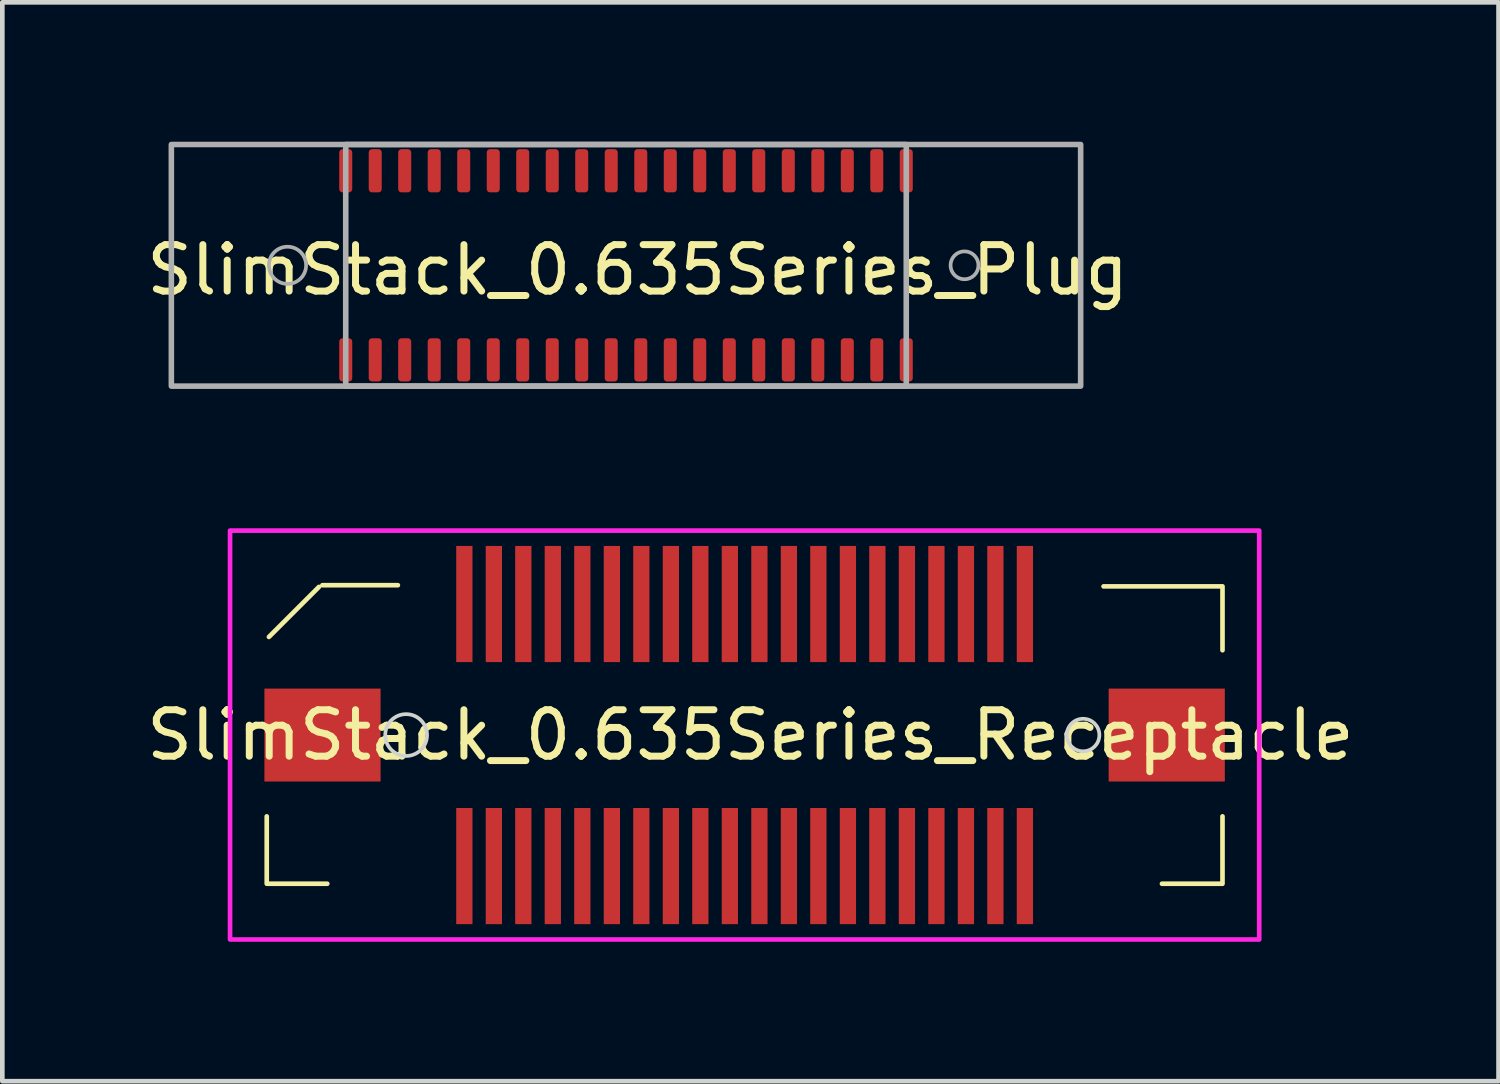
<source format=kicad_pcb>
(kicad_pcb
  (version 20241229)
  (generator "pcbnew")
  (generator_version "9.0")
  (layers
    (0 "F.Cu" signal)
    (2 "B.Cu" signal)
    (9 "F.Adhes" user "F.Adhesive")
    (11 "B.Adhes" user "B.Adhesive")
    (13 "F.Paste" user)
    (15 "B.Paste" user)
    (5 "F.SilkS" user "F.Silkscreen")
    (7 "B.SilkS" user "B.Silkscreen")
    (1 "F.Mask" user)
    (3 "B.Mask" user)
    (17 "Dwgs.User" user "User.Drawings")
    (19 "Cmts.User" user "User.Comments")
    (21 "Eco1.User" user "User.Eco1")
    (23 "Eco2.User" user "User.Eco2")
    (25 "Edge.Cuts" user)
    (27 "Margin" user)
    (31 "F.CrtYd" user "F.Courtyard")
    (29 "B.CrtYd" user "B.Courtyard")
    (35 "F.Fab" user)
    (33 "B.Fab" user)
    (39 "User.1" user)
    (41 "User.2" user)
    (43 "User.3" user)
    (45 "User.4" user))
  (footprint "SlimStack_0.635Series_Plug"
    (layer "F.Cu")
    (at 10.423 2.66)
    (property "Reference" "SlimStack_0.635Series_Plug" (at 0.25 0.1 0) (unlocked yes) (layer "F.SilkS") (effects (font (size 1 1) (thickness 0.15))))
    (attr smd)
    (fp_rect (start -9.785 -2.6) (end 9.785 2.6) (stroke (width 0.12) (type solid)) (fill no) (layer "F.Fab"))
    (fp_rect (start -6.032 -2.6) (end 6.032 2.6) (stroke (width 0.12) (type solid)) (fill no) (layer "F.Fab"))
    (fp_circle (center -7.285 0) (end -6.885 0) (stroke (width 0.08) (type solid)) (fill no) (layer "F.Fab"))
    (fp_circle (center 7.285 0) (end 7.585 0) (stroke (width 0.08) (type solid)) (fill no) (layer "F.Fab"))
    (pad "1" smd roundrect (at -6.032 2.035) (size 0.28 0.93) (layers "F.Cu" "F.Mask" "F.Paste") (roundrect_rratio 0.25))
    (pad "2" smd roundrect (at -5.397 2.035) (size 0.28 0.93) (layers "F.Cu" "F.Mask" "F.Paste") (roundrect_rratio 0.25))
    (pad "3" smd roundrect (at -4.763 2.035) (size 0.28 0.93) (layers "F.Cu" "F.Mask" "F.Paste") (roundrect_rratio 0.25))
    (pad "4" smd roundrect (at -4.128 2.035) (size 0.28 0.93) (layers "F.Cu" "F.Mask" "F.Paste") (roundrect_rratio 0.25))
    (pad "5" smd roundrect (at -3.493 2.035) (size 0.28 0.93) (layers "F.Cu" "F.Mask" "F.Paste") (roundrect_rratio 0.25))
    (pad "6" smd roundrect (at -2.857 2.035) (size 0.28 0.93) (layers "F.Cu" "F.Mask" "F.Paste") (roundrect_rratio 0.25))
    (pad "7" smd roundrect (at -2.223 2.035) (size 0.28 0.93) (layers "F.Cu" "F.Mask" "F.Paste") (roundrect_rratio 0.25))
    (pad "8" smd roundrect (at -1.587 2.035) (size 0.28 0.93) (layers "F.Cu" "F.Mask" "F.Paste") (roundrect_rratio 0.25))
    (pad "9" smd roundrect (at -0.953 2.035) (size 0.28 0.93) (layers "F.Cu" "F.Mask" "F.Paste") (roundrect_rratio 0.25))
    (pad "10" smd roundrect (at -0.318 2.035) (size 0.28 0.93) (layers "F.Cu" "F.Mask" "F.Paste") (roundrect_rratio 0.25))
    (pad "11" smd roundrect (at 0.318 2.035) (size 0.28 0.93) (layers "F.Cu" "F.Mask" "F.Paste") (roundrect_rratio 0.25))
    (pad "12" smd roundrect (at 0.953 2.035) (size 0.28 0.93) (layers "F.Cu" "F.Mask" "F.Paste") (roundrect_rratio 0.25))
    (pad "13" smd roundrect (at 1.587 2.035) (size 0.28 0.93) (layers "F.Cu" "F.Mask" "F.Paste") (roundrect_rratio 0.25))
    (pad "14" smd roundrect (at 2.223 2.035) (size 0.28 0.93) (layers "F.Cu" "F.Mask" "F.Paste") (roundrect_rratio 0.25))
    (pad "15" smd roundrect (at 2.857 2.035) (size 0.28 0.93) (layers "F.Cu" "F.Mask" "F.Paste") (roundrect_rratio 0.25))
    (pad "16" smd roundrect (at 3.493 2.035) (size 0.28 0.93) (layers "F.Cu" "F.Mask" "F.Paste") (roundrect_rratio 0.25))
    (pad "17" smd roundrect (at 4.128 2.035) (size 0.28 0.93) (layers "F.Cu" "F.Mask" "F.Paste") (roundrect_rratio 0.25))
    (pad "18" smd roundrect (at 4.763 2.035) (size 0.28 0.93) (layers "F.Cu" "F.Mask" "F.Paste") (roundrect_rratio 0.25))
    (pad "19" smd roundrect (at 5.397 2.035) (size 0.28 0.93) (layers "F.Cu" "F.Mask" "F.Paste") (roundrect_rratio 0.25))
    (pad "20" smd roundrect (at 6.032 2.035) (size 0.28 0.93) (layers "F.Cu" "F.Mask" "F.Paste") (roundrect_rratio 0.25))
    (pad "21" smd roundrect (at 6.032 -2.035) (size 0.28 0.93) (layers "F.Cu" "F.Mask" "F.Paste") (roundrect_rratio 0.25))
    (pad "22" smd roundrect (at 5.397 -2.035) (size 0.28 0.93) (layers "F.Cu" "F.Mask" "F.Paste") (roundrect_rratio 0.25))
    (pad "23" smd roundrect (at 4.763 -2.035) (size 0.28 0.93) (layers "F.Cu" "F.Mask" "F.Paste") (roundrect_rratio 0.25))
    (pad "24" smd roundrect (at 4.128 -2.035) (size 0.28 0.93) (layers "F.Cu" "F.Mask" "F.Paste") (roundrect_rratio 0.25))
    (pad "25" smd roundrect (at 3.493 -2.035) (size 0.28 0.93) (layers "F.Cu" "F.Mask" "F.Paste") (roundrect_rratio 0.25))
    (pad "26" smd roundrect (at 2.857 -2.035) (size 0.28 0.93) (layers "F.Cu" "F.Mask" "F.Paste") (roundrect_rratio 0.25))
    (pad "27" smd roundrect (at 2.223 -2.035) (size 0.28 0.93) (layers "F.Cu" "F.Mask" "F.Paste") (roundrect_rratio 0.25))
    (pad "28" smd roundrect (at 1.587 -2.035) (size 0.28 0.93) (layers "F.Cu" "F.Mask" "F.Paste") (roundrect_rratio 0.25))
    (pad "29" smd roundrect (at 0.953 -2.035) (size 0.28 0.93) (layers "F.Cu" "F.Mask" "F.Paste") (roundrect_rratio 0.25))
    (pad "30" smd roundrect (at 0.318 -2.035) (size 0.28 0.93) (layers "F.Cu" "F.Mask" "F.Paste") (roundrect_rratio 0.25))
    (pad "31" smd roundrect (at -0.318 -2.035) (size 0.28 0.93) (layers "F.Cu" "F.Mask" "F.Paste") (roundrect_rratio 0.25))
    (pad "32" smd roundrect (at -0.953 -2.035) (size 0.28 0.93) (layers "F.Cu" "F.Mask" "F.Paste") (roundrect_rratio 0.25))
    (pad "33" smd roundrect (at -1.587 -2.035) (size 0.28 0.93) (layers "F.Cu" "F.Mask" "F.Paste") (roundrect_rratio 0.25))
    (pad "34" smd roundrect (at -2.223 -2.035) (size 0.28 0.93) (layers "F.Cu" "F.Mask" "F.Paste") (roundrect_rratio 0.25))
    (pad "35" smd roundrect (at -2.857 -2.035) (size 0.28 0.93) (layers "F.Cu" "F.Mask" "F.Paste") (roundrect_rratio 0.25))
    (pad "36" smd roundrect (at -3.493 -2.035) (size 0.28 0.93) (layers "F.Cu" "F.Mask" "F.Paste") (roundrect_rratio 0.25))
    (pad "37" smd roundrect (at -4.128 -2.035) (size 0.28 0.93) (layers "F.Cu" "F.Mask" "F.Paste") (roundrect_rratio 0.25))
    (pad "38" smd roundrect (at -4.763 -2.035) (size 0.28 0.93) (layers "F.Cu" "F.Mask" "F.Paste") (roundrect_rratio 0.25))
    (pad "39" smd roundrect (at -5.397 -2.035) (size 0.28 0.93) (layers "F.Cu" "F.Mask" "F.Paste") (roundrect_rratio 0.25))
    (pad "40" smd roundrect (at -6.032 -2.035) (size 0.28 0.93) (layers "F.Cu" "F.Mask" "F.Paste") (roundrect_rratio 0.25)))
  (footprint "SlimStack_0.635Series_Receptacle"
    (layer "F.Cu")
    (at 12.976 12.77)
    (property "Reference" "SlimStack_0.635Series_Receptacle" (at 0.125 0 0) (unlocked yes) (layer "F.SilkS") (effects (font (size 1 1) (thickness 0.15))))
    (attr smd)
    (fp_line (start -10.285 3.2) (end -10.285 1.75) (stroke (width 0.1) (type solid)) (layer "F.SilkS"))
    (fp_line (start -10.238 -2.112) (end -9.162 -3.188) (stroke (width 0.1) (type solid)) (layer "F.SilkS"))
    (fp_line (start -9.088 -3.225) (end -7.463 -3.225) (stroke (width 0.1) (type solid)) (layer "F.SilkS"))
    (fp_line (start -8.982 3.2) (end -10.268 3.2) (stroke (width 0.1) (type solid)) (layer "F.SilkS"))
    (fp_line (start 7.725 -3.2) (end 10.26 -3.2) (stroke (width 0.1) (type solid)) (layer "F.SilkS"))
    (fp_line (start 10.268 3.2) (end 8.982 3.2) (stroke (width 0.1) (type solid)) (layer "F.SilkS"))
    (fp_line (start 10.285 -3.2) (end 10.285 -1.825) (stroke (width 0.1) (type solid)) (layer "F.SilkS"))
    (fp_line (start 10.285 1.75) (end 10.285 3.2) (stroke (width 0.1) (type solid)) (layer "F.SilkS"))
    (fp_circle (center -7.285 0) (end -6.835 0) (stroke (width 0.08) (type solid)) (fill no) (layer "Edge.Cuts"))
    (fp_circle (center 7.285 0) (end 7.635 0) (stroke (width 0.08) (type solid)) (fill no) (layer "Edge.Cuts"))
    (fp_rect (start -11.075 -4.4) (end 11.075 4.4) (stroke (width 0.1) (type solid)) (fill no) (layer "F.CrtYd"))
    (pad "1" smd rect (at -6.032 2.82) (size 0.35 2.5) (layers "F.Cu" "F.Mask" "F.Paste"))
    (pad "2" smd rect (at -5.397 2.82) (size 0.35 2.5) (layers "F.Cu" "F.Mask" "F.Paste"))
    (pad "3" smd rect (at -4.763 2.82) (size 0.35 2.5) (layers "F.Cu" "F.Mask" "F.Paste"))
    (pad "4" smd rect (at -4.128 2.82) (size 0.35 2.5) (layers "F.Cu" "F.Mask" "F.Paste"))
    (pad "5" smd rect (at -3.493 2.82) (size 0.35 2.5) (layers "F.Cu" "F.Mask" "F.Paste"))
    (pad "6" smd rect (at -2.857 2.82) (size 0.35 2.5) (layers "F.Cu" "F.Mask" "F.Paste"))
    (pad "7" smd rect (at -2.223 2.82) (size 0.35 2.5) (layers "F.Cu" "F.Mask" "F.Paste"))
    (pad "8" smd rect (at -1.587 2.82) (size 0.35 2.5) (layers "F.Cu" "F.Mask" "F.Paste"))
    (pad "9" smd rect (at -0.953 2.82) (size 0.35 2.5) (layers "F.Cu" "F.Mask" "F.Paste"))
    (pad "10" smd rect (at -0.318 2.82) (size 0.35 2.5) (layers "F.Cu" "F.Mask" "F.Paste"))
    (pad "11" smd rect (at 0.318 2.82) (size 0.35 2.5) (layers "F.Cu" "F.Mask" "F.Paste"))
    (pad "12" smd rect (at 0.953 2.82) (size 0.35 2.5) (layers "F.Cu" "F.Mask" "F.Paste"))
    (pad "13" smd rect (at 1.587 2.82) (size 0.35 2.5) (layers "F.Cu" "F.Mask" "F.Paste"))
    (pad "14" smd rect (at 2.223 2.82) (size 0.35 2.5) (layers "F.Cu" "F.Mask" "F.Paste"))
    (pad "15" smd rect (at 2.857 2.82) (size 0.35 2.5) (layers "F.Cu" "F.Mask" "F.Paste"))
    (pad "16" smd rect (at 3.493 2.82) (size 0.35 2.5) (layers "F.Cu" "F.Mask" "F.Paste"))
    (pad "17" smd rect (at 4.128 2.82) (size 0.35 2.5) (layers "F.Cu" "F.Mask" "F.Paste"))
    (pad "18" smd rect (at 4.763 2.82) (size 0.35 2.5) (layers "F.Cu" "F.Mask" "F.Paste"))
    (pad "19" smd rect (at 5.397 2.82) (size 0.35 2.5) (layers "F.Cu" "F.Mask" "F.Paste"))
    (pad "20" smd rect (at 6.032 2.82) (size 0.35 2.5) (layers "F.Cu" "F.Mask" "F.Paste"))
    (pad "21" smd rect (at 6.032 -2.82) (size 0.35 2.5) (layers "F.Cu" "F.Mask" "F.Paste"))
    (pad "22" smd rect (at 5.397 -2.82) (size 0.35 2.5) (layers "F.Cu" "F.Mask" "F.Paste"))
    (pad "23" smd rect (at 4.763 -2.82) (size 0.35 2.5) (layers "F.Cu" "F.Mask" "F.Paste"))
    (pad "24" smd rect (at 4.128 -2.82) (size 0.35 2.5) (layers "F.Cu" "F.Mask" "F.Paste"))
    (pad "25" smd rect (at 3.493 -2.82) (size 0.35 2.5) (layers "F.Cu" "F.Mask" "F.Paste"))
    (pad "26" smd rect (at 2.857 -2.82) (size 0.35 2.5) (layers "F.Cu" "F.Mask" "F.Paste"))
    (pad "27" smd rect (at 2.223 -2.82) (size 0.35 2.5) (layers "F.Cu" "F.Mask" "F.Paste"))
    (pad "28" smd rect (at 1.587 -2.82) (size 0.35 2.5) (layers "F.Cu" "F.Mask" "F.Paste"))
    (pad "29" smd rect (at 0.953 -2.82) (size 0.35 2.5) (layers "F.Cu" "F.Mask" "F.Paste"))
    (pad "30" smd rect (at 0.318 -2.82) (size 0.35 2.5) (layers "F.Cu" "F.Mask" "F.Paste"))
    (pad "31" smd rect (at -0.318 -2.82) (size 0.35 2.5) (layers "F.Cu" "F.Mask" "F.Paste"))
    (pad "32" smd rect (at -0.953 -2.82) (size 0.35 2.5) (layers "F.Cu" "F.Mask" "F.Paste"))
    (pad "33" smd rect (at -1.587 -2.82) (size 0.35 2.5) (layers "F.Cu" "F.Mask" "F.Paste"))
    (pad "34" smd rect (at -2.223 -2.82) (size 0.35 2.5) (layers "F.Cu" "F.Mask" "F.Paste"))
    (pad "35" smd rect (at -2.857 -2.82) (size 0.35 2.5) (layers "F.Cu" "F.Mask" "F.Paste"))
    (pad "36" smd rect (at -3.493 -2.82) (size 0.35 2.5) (layers "F.Cu" "F.Mask" "F.Paste"))
    (pad "37" smd rect (at -4.128 -2.82) (size 0.35 2.5) (layers "F.Cu" "F.Mask" "F.Paste"))
    (pad "38" smd rect (at -4.763 -2.82) (size 0.35 2.5) (layers "F.Cu" "F.Mask" "F.Paste"))
    (pad "39" smd rect (at -5.397 -2.82) (size 0.35 2.5) (layers "F.Cu" "F.Mask" "F.Paste"))
    (pad "40" smd rect (at -6.032 -2.82) (size 0.35 2.5) (layers "F.Cu" "F.Mask" "F.Paste"))
    (pad "GND" smd rect (at -9.085 0) (size 2.5 2) (layers "F.Cu" "F.Mask" "F.Paste"))
    (pad "GND" smd rect (at 9.085 0) (size 2.5 2) (layers "F.Cu" "F.Mask" "F.Paste")))
  (gr_rect
    (start -3 -3)
    (end 29.202 20.22)
    (stroke (width 0.1) (type default))
    (fill no)
    (layer "Edge.Cuts")))
</source>
